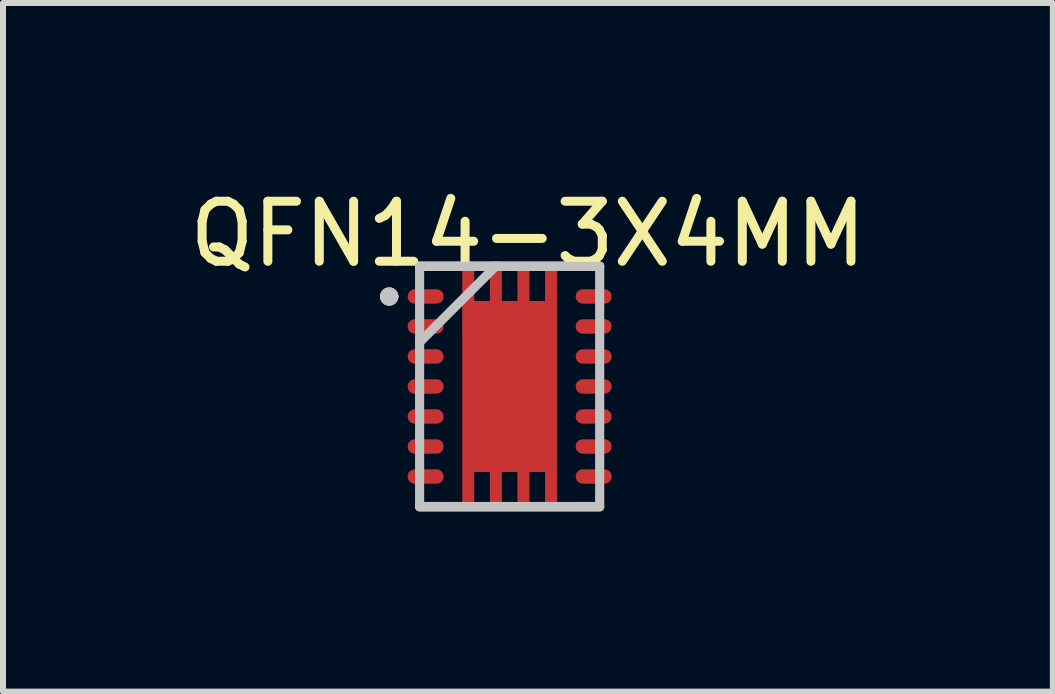
<source format=kicad_pcb>
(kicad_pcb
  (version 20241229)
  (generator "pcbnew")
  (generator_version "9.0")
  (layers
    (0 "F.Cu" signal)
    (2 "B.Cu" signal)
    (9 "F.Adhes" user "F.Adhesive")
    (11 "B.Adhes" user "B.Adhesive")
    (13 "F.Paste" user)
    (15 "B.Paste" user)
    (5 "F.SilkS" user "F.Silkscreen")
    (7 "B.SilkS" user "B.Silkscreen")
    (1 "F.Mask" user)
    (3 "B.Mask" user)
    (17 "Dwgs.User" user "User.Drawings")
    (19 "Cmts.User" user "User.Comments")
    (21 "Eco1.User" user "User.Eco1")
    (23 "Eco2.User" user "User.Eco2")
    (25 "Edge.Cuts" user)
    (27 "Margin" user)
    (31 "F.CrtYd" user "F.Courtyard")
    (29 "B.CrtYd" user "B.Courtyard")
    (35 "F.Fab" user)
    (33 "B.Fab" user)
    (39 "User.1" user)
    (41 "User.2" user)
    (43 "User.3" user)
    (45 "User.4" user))
  (footprint "QFN14-3X4MM"
    (layer "F.Cu")
    (at 5.441 3.389)
    (property "Reference" "QFN14-3X4MM" (at 0.305 -2.541 0) (layer "F.SilkS") (effects (font (size 1 1) (thickness 0.15))))
    (attr through_hole)
    (fp_line (start -1.499 2.007) (end 1.499 2.007) (stroke (width 0.152) (type solid)) (layer "F.SilkS"))
    (fp_line (start 1.499 -2.007) (end -1.499 -2.007) (stroke (width 0.152) (type solid)) (layer "F.SilkS"))
    (fp_arc (start -2.0828 -1.4986) (mid -2.0066 -1.5748) (end -1.9304 -1.4986) (stroke (width 0.1524) (type solid)) (layer "F.SilkS"))
    (fp_arc (start -1.9304 -1.4986) (mid -2.0066 -1.4224) (end -2.0828 -1.4986) (stroke (width 0.1524) (type solid)) (layer "F.SilkS"))
    (fp_poly (pts (xy -0.781 -1.37) (xy -0.12 -1.37) (xy -0.12 -0.12) (xy -0.781 -0.12)) (stroke (width 0.01) (type solid)) (fill yes) (layer "F.Paste"))
    (fp_poly (pts (xy -0.78 0.12) (xy -0.12 0.12) (xy -0.12 1.37) (xy -0.78 1.37)) (stroke (width 0.01) (type solid)) (fill yes) (layer "F.Paste"))
    (fp_poly (pts (xy 0.12 -1.37) (xy 0.78 -1.37) (xy 0.78 -0.12) (xy 0.12 -0.12)) (stroke (width 0.01) (type solid)) (fill yes) (layer "F.Paste"))
    (fp_poly (pts (xy 0.12 0.12) (xy 0.78 0.12) (xy 0.78 1.372) (xy 0.12 1.372)) (stroke (width 0.01) (type solid)) (fill yes) (layer "F.Paste"))
    (fp_line (start -1.5 -2) (end -1.5 2) (stroke (width 0.152) (type solid)) (layer "Dwgs.User"))
    (fp_line (start -1.5 2) (end 1.5 2) (stroke (width 0.152) (type solid)) (layer "Dwgs.User"))
    (fp_line (start -1.499 -0.737) (end -0.229 -2.007) (stroke (width 0.152) (type solid)) (layer "Dwgs.User"))
    (fp_line (start 1.5 -2) (end -1.5 -2) (stroke (width 0.152) (type solid)) (layer "Dwgs.User"))
    (fp_line (start 1.5 2) (end 1.5 -2) (stroke (width 0.152) (type solid)) (layer "Dwgs.User"))
    (fp_arc (start -2.0828 -1.4986) (mid -2.0066 -1.5748) (end -1.9304 -1.4986) (stroke (width 0.1524) (type solid)) (layer "Dwgs.User"))
    (fp_arc (start -1.9304 -1.4986) (mid -2.0066 -1.4224) (end -2.0828 -1.4986) (stroke (width 0.1524) (type solid)) (layer "Dwgs.User"))
    (pad "1" smd oval (at -1.4 -1.5) (size 0.6 0.24) (layers "F.Cu" "F.Mask" "F.Paste"))
    (pad "2" smd oval (at -1.4 -1) (size 0.6 0.24) (layers "F.Cu" "F.Mask" "F.Paste"))
    (pad "3" smd oval (at -1.4 -0.5) (size 0.6 0.24) (layers "F.Cu" "F.Mask" "F.Paste"))
    (pad "4" smd oval (at -1.4 0) (size 0.6 0.24) (layers "F.Cu" "F.Mask" "F.Paste"))
    (pad "5" smd oval (at -1.4 0.5) (size 0.6 0.24) (layers "F.Cu" "F.Mask" "F.Paste"))
    (pad "6" smd oval (at -1.4 1) (size 0.6 0.24) (layers "F.Cu" "F.Mask" "F.Paste"))
    (pad "7" smd oval (at -1.4 1.5) (size 0.6 0.24) (layers "F.Cu" "F.Mask" "F.Paste"))
    (pad "8" smd oval (at 1.4 1.5 180) (size 0.6 0.24) (layers "F.Cu" "F.Mask" "F.Paste"))
    (pad "9" smd oval (at 1.4 1 180) (size 0.6 0.24) (layers "F.Cu" "F.Mask" "F.Paste"))
    (pad "10" smd oval (at 1.4 0.5 180) (size 0.6 0.24) (layers "F.Cu" "F.Mask" "F.Paste"))
    (pad "11" smd oval (at 1.4 0 180) (size 0.6 0.24) (layers "F.Cu" "F.Mask" "F.Paste"))
    (pad "12" smd oval (at 1.4 -0.5 180) (size 0.6 0.24) (layers "F.Cu" "F.Mask" "F.Paste"))
    (pad "13" smd oval (at 1.4 -1 180) (size 0.6 0.24) (layers "F.Cu" "F.Mask" "F.Paste"))
    (pad "14" smd oval (at 1.4 -1.5 180) (size 0.6 0.24) (layers "F.Cu" "F.Mask" "F.Paste"))
    (pad "15" smd rect (at 0 0) (size 1.58 2.85) (layers "F.Cu" "F.Mask"))
    (pad "16" smd rect (at -0.69 -1.712) (size 0.2 0.575) (layers "F.Cu" "F.Mask" "F.Paste"))
    (pad "17" smd rect (at -0.23 -1.712) (size 0.2 0.575) (layers "F.Cu" "F.Mask" "F.Paste"))
    (pad "18" smd rect (at 0.23 -1.712) (size 0.2 0.575) (layers "F.Cu" "F.Mask" "F.Paste"))
    (pad "19" smd rect (at 0.69 -1.712) (size 0.2 0.575) (layers "F.Cu" "F.Mask" "F.Paste"))
    (pad "20" smd rect (at 0.69 1.712) (size 0.2 0.575) (layers "F.Cu" "F.Mask" "F.Paste"))
    (pad "21" smd rect (at 0.23 1.712) (size 0.2 0.575) (layers "F.Cu" "F.Mask" "F.Paste"))
    (pad "22" smd rect (at -0.23 1.712) (size 0.2 0.575) (layers "F.Cu" "F.Mask" "F.Paste"))
    (pad "23" smd rect (at -0.69 1.712) (size 0.2 0.575) (layers "F.Cu" "F.Mask" "F.Paste")))
  (gr_rect
    (start -3 -3)
    (end 14.491 8.472)
    (stroke (width 0.1) (type default))
    (fill no)
    (layer "Edge.Cuts")))
</source>
